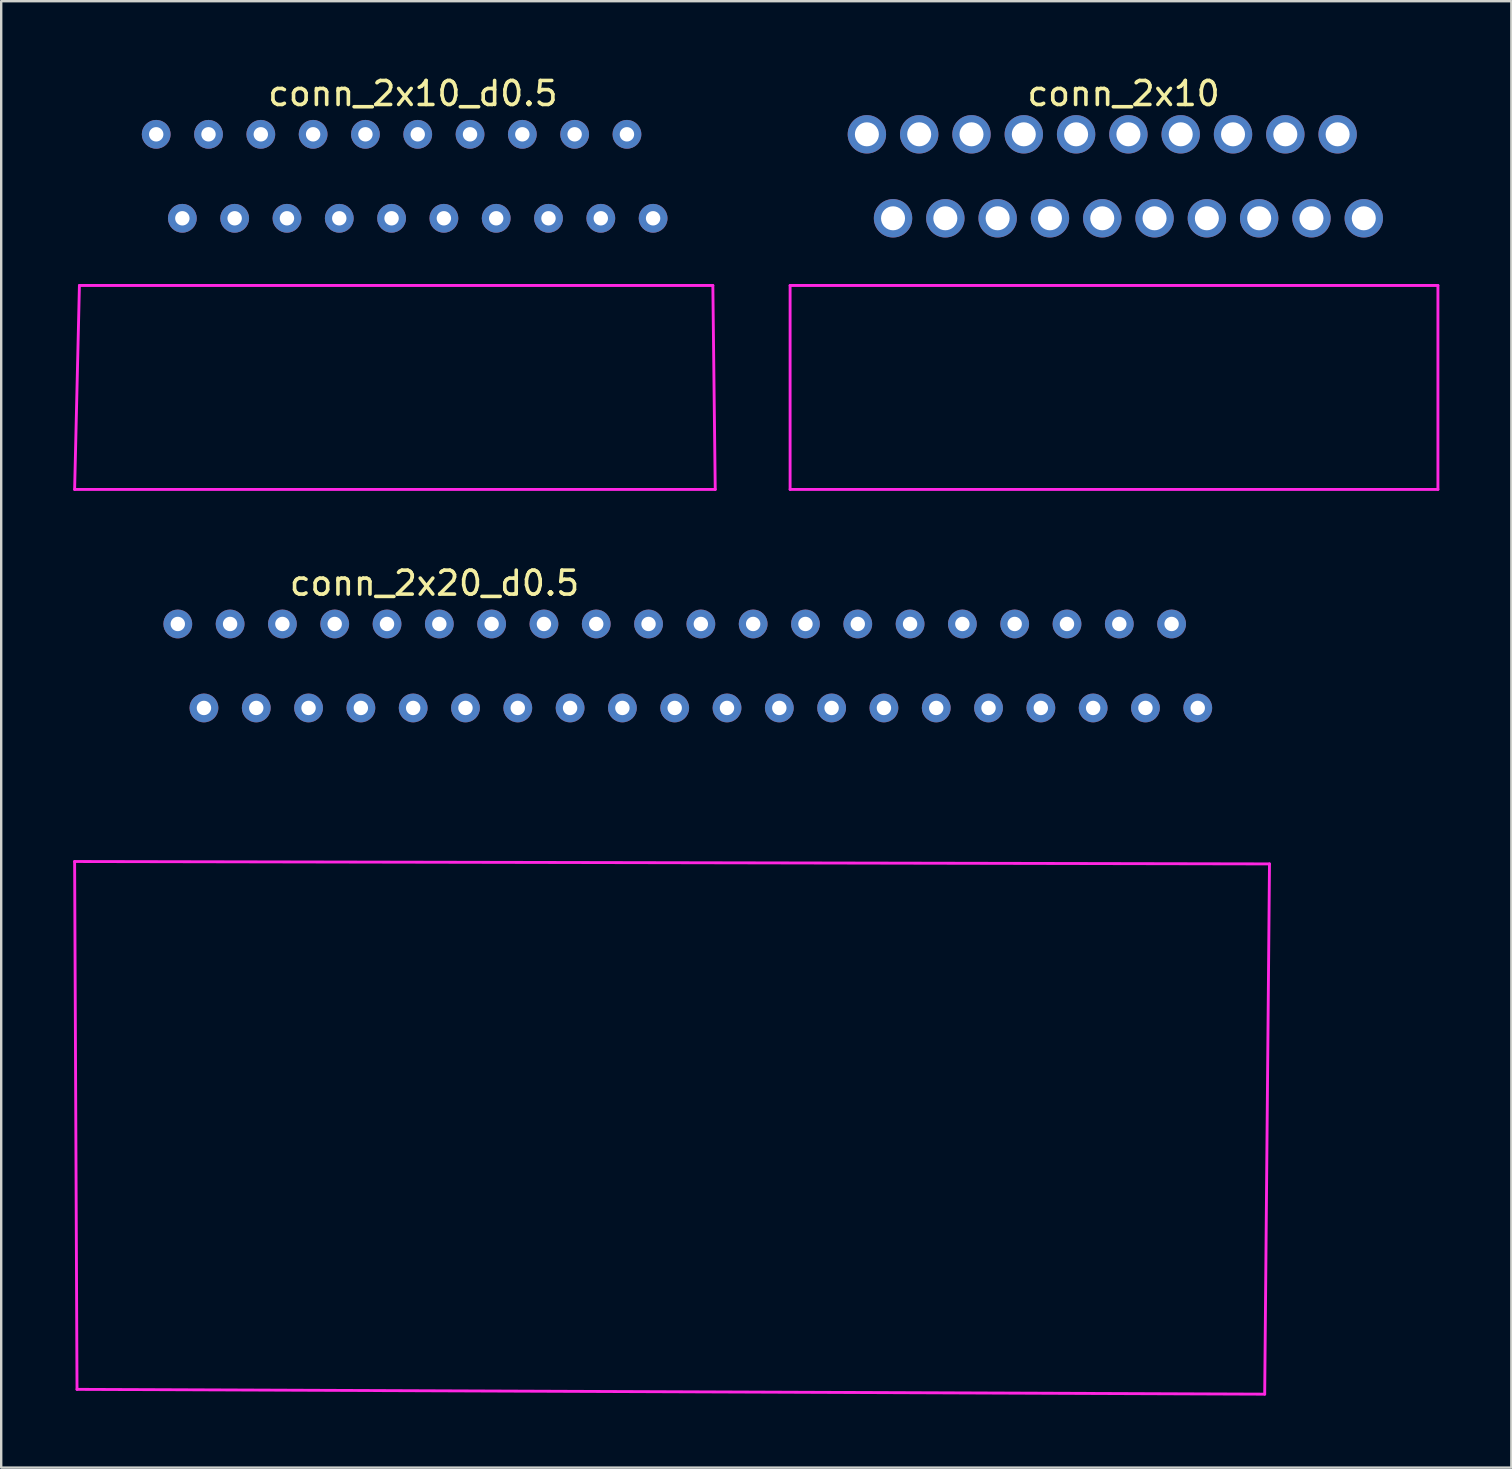
<source format=kicad_pcb>
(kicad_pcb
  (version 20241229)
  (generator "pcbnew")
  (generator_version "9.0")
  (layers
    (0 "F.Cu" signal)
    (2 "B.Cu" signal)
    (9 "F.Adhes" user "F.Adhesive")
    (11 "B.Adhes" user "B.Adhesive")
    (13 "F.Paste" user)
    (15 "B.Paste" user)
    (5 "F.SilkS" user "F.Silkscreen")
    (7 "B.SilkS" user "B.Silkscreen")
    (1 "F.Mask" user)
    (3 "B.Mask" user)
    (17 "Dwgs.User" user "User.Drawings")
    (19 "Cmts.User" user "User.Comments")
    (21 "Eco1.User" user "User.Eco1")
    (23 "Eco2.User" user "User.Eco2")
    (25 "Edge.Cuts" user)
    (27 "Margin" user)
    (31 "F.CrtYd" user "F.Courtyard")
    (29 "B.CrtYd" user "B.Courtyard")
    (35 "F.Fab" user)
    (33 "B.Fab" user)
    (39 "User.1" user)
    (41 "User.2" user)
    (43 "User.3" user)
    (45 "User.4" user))
  (footprint "conn_2x20_d0.5"
    (layer "F.Cu")
    (at 4.36 22.956)
    (property "Reference" "conn_2x20_d0.5" (at 10.7 -1.7 0) (layer "F.SilkS") (effects (font (size 1 1) (thickness 0.15))))
    (attr through_hole)
    (fp_line (start -4.3 9.9) (end 45.5 10) (stroke (width 0.12) (type solid)) (layer "F.CrtYd"))
    (fp_line (start -4.2 31.9) (end -4.3 9.9) (stroke (width 0.12) (type solid)) (layer "F.CrtYd"))
    (fp_line (start 45.3 32.1) (end -4.2 31.9) (stroke (width 0.12) (type solid)) (layer "F.CrtYd"))
    (fp_line (start 45.5 10) (end 45.3 32.1) (stroke (width 0.12) (type solid)) (layer "F.CrtYd"))
    (pad "1" thru_hole circle (at 41.42 0) (size 1.2 1.2) (drill 0.6) (layers "*.Cu" "*.Mask"))
    (pad "2" thru_hole circle (at 39.24 0) (size 1.2 1.2) (drill 0.6) (layers "*.Cu" "*.Mask"))
    (pad "3" thru_hole circle (at 37.06 0) (size 1.2 1.2) (drill 0.6) (layers "*.Cu" "*.Mask"))
    (pad "4" thru_hole circle (at 34.88 0) (size 1.2 1.2) (drill 0.6) (layers "*.Cu" "*.Mask"))
    (pad "5" thru_hole circle (at 32.7 0) (size 1.2 1.2) (drill 0.6) (layers "*.Cu" "*.Mask"))
    (pad "6" thru_hole circle (at 30.52 0) (size 1.2 1.2) (drill 0.6) (layers "*.Cu" "*.Mask"))
    (pad "7" thru_hole circle (at 28.34 0) (size 1.2 1.2) (drill 0.6) (layers "*.Cu" "*.Mask"))
    (pad "8" thru_hole circle (at 26.16 0) (size 1.2 1.2) (drill 0.6) (layers "*.Cu" "*.Mask"))
    (pad "9" thru_hole circle (at 23.98 0) (size 1.2 1.2) (drill 0.6) (layers "*.Cu" "*.Mask"))
    (pad "10" thru_hole circle (at 21.8 0) (size 1.2 1.2) (drill 0.6) (layers "*.Cu" "*.Mask"))
    (pad "11" thru_hole circle (at 19.62 0) (size 1.2 1.2) (drill 0.6) (layers "*.Cu" "*.Mask"))
    (pad "12" thru_hole circle (at 17.44 0) (size 1.2 1.2) (drill 0.6) (layers "*.Cu" "*.Mask"))
    (pad "13" thru_hole circle (at 15.26 0) (size 1.2 1.2) (drill 0.6) (layers "*.Cu" "*.Mask"))
    (pad "14" thru_hole circle (at 13.08 0) (size 1.2 1.2) (drill 0.6) (layers "*.Cu" "*.Mask"))
    (pad "15" thru_hole circle (at 10.9 0) (size 1.2 1.2) (drill 0.6) (layers "*.Cu" "*.Mask"))
    (pad "16" thru_hole circle (at 8.72 0) (size 1.2 1.2) (drill 0.6) (layers "*.Cu" "*.Mask"))
    (pad "17" thru_hole circle (at 6.54 0) (size 1.2 1.2) (drill 0.6) (layers "*.Cu" "*.Mask"))
    (pad "18" thru_hole circle (at 4.36 0) (size 1.2 1.2) (drill 0.6) (layers "*.Cu" "*.Mask"))
    (pad "19" thru_hole circle (at 2.18 0) (size 1.2 1.2) (drill 0.6) (layers "*.Cu" "*.Mask"))
    (pad "20" thru_hole circle (at 0 0) (size 1.2 1.2) (drill 0.6) (layers "*.Cu" "*.Mask"))
    (pad "21" thru_hole circle (at 42.51 3.5) (size 1.2 1.2) (drill 0.6) (layers "*.Cu" "*.Mask"))
    (pad "22" thru_hole circle (at 40.33 3.5) (size 1.2 1.2) (drill 0.6) (layers "*.Cu" "*.Mask"))
    (pad "23" thru_hole circle (at 38.15 3.5) (size 1.2 1.2) (drill 0.6) (layers "*.Cu" "*.Mask"))
    (pad "24" thru_hole circle (at 35.97 3.5) (size 1.2 1.2) (drill 0.6) (layers "*.Cu" "*.Mask"))
    (pad "25" thru_hole circle (at 33.79 3.5) (size 1.2 1.2) (drill 0.6) (layers "*.Cu" "*.Mask"))
    (pad "26" thru_hole circle (at 31.61 3.5) (size 1.2 1.2) (drill 0.6) (layers "*.Cu" "*.Mask"))
    (pad "27" thru_hole circle (at 29.43 3.5) (size 1.2 1.2) (drill 0.6) (layers "*.Cu" "*.Mask"))
    (pad "28" thru_hole circle (at 27.25 3.5) (size 1.2 1.2) (drill 0.6) (layers "*.Cu" "*.Mask"))
    (pad "29" thru_hole circle (at 25.07 3.5) (size 1.2 1.2) (drill 0.6) (layers "*.Cu" "*.Mask"))
    (pad "30" thru_hole circle (at 22.89 3.5) (size 1.2 1.2) (drill 0.6) (layers "*.Cu" "*.Mask"))
    (pad "31" thru_hole circle (at 20.71 3.5) (size 1.2 1.2) (drill 0.6) (layers "*.Cu" "*.Mask"))
    (pad "32" thru_hole circle (at 18.53 3.5) (size 1.2 1.2) (drill 0.6) (layers "*.Cu" "*.Mask"))
    (pad "33" thru_hole circle (at 16.35 3.5) (size 1.2 1.2) (drill 0.6) (layers "*.Cu" "*.Mask"))
    (pad "34" thru_hole circle (at 14.17 3.5) (size 1.2 1.2) (drill 0.6) (layers "*.Cu" "*.Mask"))
    (pad "35" thru_hole circle (at 11.99 3.5) (size 1.2 1.2) (drill 0.6) (layers "*.Cu" "*.Mask"))
    (pad "36" thru_hole circle (at 9.81 3.5) (size 1.2 1.2) (drill 0.6) (layers "*.Cu" "*.Mask"))
    (pad "37" thru_hole circle (at 7.63 3.5) (size 1.2 1.2) (drill 0.6) (layers "*.Cu" "*.Mask"))
    (pad "38" thru_hole circle (at 5.45 3.5) (size 1.2 1.2) (drill 0.6) (layers "*.Cu" "*.Mask"))
    (pad "39" thru_hole circle (at 3.27 3.5) (size 1.2 1.2) (drill 0.6) (layers "*.Cu" "*.Mask"))
    (pad "40" thru_hole circle (at 1.09 3.5) (size 1.2 1.2) (drill 0.6) (layers "*.Cu" "*.Mask")))
  (footprint "conn_2x10"
    (layer "F.Cu")
    (at 33.08 2.548)
    (property "Reference" "conn_2x10" (at 10.7 -1.7 0) (layer "F.SilkS") (effects (font (size 1 1) (thickness 0.15))))
    (attr through_hole)
    (fp_line (start -3.2 6.3) (end 23.8 6.3) (stroke (width 0.12) (type solid)) (layer "F.CrtYd"))
    (fp_line (start -3.2 14.8) (end -3.2 6.3) (stroke (width 0.12) (type solid)) (layer "F.CrtYd"))
    (fp_line (start 23.8 6.3) (end 23.8 14.8) (stroke (width 0.12) (type solid)) (layer "F.CrtYd"))
    (fp_line (start 23.8 14.8) (end -3.2 14.8) (stroke (width 0.12) (type solid)) (layer "F.CrtYd"))
    (pad "1" thru_hole circle (at 19.62 0) (size 1.6 1.6) (drill 1) (layers "*.Cu" "*.Mask"))
    (pad "2" thru_hole circle (at 17.44 0) (size 1.6 1.6) (drill 1) (layers "*.Cu" "*.Mask"))
    (pad "3" thru_hole circle (at 15.26 0) (size 1.6 1.6) (drill 1) (layers "*.Cu" "*.Mask"))
    (pad "4" thru_hole circle (at 13.08 0) (size 1.6 1.6) (drill 1) (layers "*.Cu" "*.Mask"))
    (pad "5" thru_hole circle (at 10.9 0) (size 1.6 1.6) (drill 1) (layers "*.Cu" "*.Mask"))
    (pad "6" thru_hole circle (at 8.72 0) (size 1.6 1.6) (drill 1) (layers "*.Cu" "*.Mask"))
    (pad "7" thru_hole circle (at 6.54 0) (size 1.6 1.6) (drill 1) (layers "*.Cu" "*.Mask"))
    (pad "8" thru_hole circle (at 4.36 0) (size 1.6 1.6) (drill 1) (layers "*.Cu" "*.Mask"))
    (pad "9" thru_hole circle (at 2.18 0) (size 1.6 1.6) (drill 1) (layers "*.Cu" "*.Mask"))
    (pad "10" thru_hole circle (at 0 0) (size 1.6 1.6) (drill 1) (layers "*.Cu" "*.Mask"))
    (pad "11" thru_hole circle (at 20.71 3.5) (size 1.6 1.6) (drill 1) (layers "*.Cu" "*.Mask"))
    (pad "12" thru_hole circle (at 18.53 3.5) (size 1.6 1.6) (drill 1) (layers "*.Cu" "*.Mask"))
    (pad "13" thru_hole circle (at 16.35 3.5) (size 1.6 1.6) (drill 1) (layers "*.Cu" "*.Mask"))
    (pad "14" thru_hole circle (at 14.17 3.5) (size 1.6 1.6) (drill 1) (layers "*.Cu" "*.Mask"))
    (pad "15" thru_hole circle (at 11.99 3.5) (size 1.6 1.6) (drill 1) (layers "*.Cu" "*.Mask"))
    (pad "16" thru_hole circle (at 9.81 3.5) (size 1.6 1.6) (drill 1) (layers "*.Cu" "*.Mask"))
    (pad "17" thru_hole circle (at 7.63 3.5) (size 1.6 1.6) (drill 1) (layers "*.Cu" "*.Mask"))
    (pad "18" thru_hole circle (at 5.45 3.5) (size 1.6 1.6) (drill 1) (layers "*.Cu" "*.Mask"))
    (pad "19" thru_hole circle (at 3.27 3.5) (size 1.6 1.6) (drill 1) (layers "*.Cu" "*.Mask"))
    (pad "20" thru_hole circle (at 1.09 3.5) (size 1.6 1.6) (drill 1) (layers "*.Cu" "*.Mask")))
  (footprint "conn_2x10_d0.5"
    (layer "F.Cu")
    (at 3.46 2.548)
    (property "Reference" "conn_2x10_d0.5" (at 10.7 -1.7 0) (layer "F.SilkS") (effects (font (size 1 1) (thickness 0.15))))
    (attr through_hole)
    (fp_line (start -3.4 14.8) (end -3.2 6.3) (stroke (width 0.12) (type solid)) (layer "F.CrtYd"))
    (fp_line (start -3.2 6.3) (end 23.2 6.3) (stroke (width 0.12) (type solid)) (layer "F.CrtYd"))
    (fp_line (start 23.2 6.3) (end 23.3 14.8) (stroke (width 0.12) (type solid)) (layer "F.CrtYd"))
    (fp_line (start 23.3 14.8) (end -3.4 14.8) (stroke (width 0.12) (type solid)) (layer "F.CrtYd"))
    (pad "1" thru_hole circle (at 19.62 0) (size 1.2 1.2) (drill 0.6) (layers "*.Cu" "*.Mask"))
    (pad "2" thru_hole circle (at 17.44 0) (size 1.2 1.2) (drill 0.6) (layers "*.Cu" "*.Mask"))
    (pad "3" thru_hole circle (at 15.26 0) (size 1.2 1.2) (drill 0.6) (layers "*.Cu" "*.Mask"))
    (pad "4" thru_hole circle (at 13.08 0) (size 1.2 1.2) (drill 0.6) (layers "*.Cu" "*.Mask"))
    (pad "5" thru_hole circle (at 10.9 0) (size 1.2 1.2) (drill 0.6) (layers "*.Cu" "*.Mask"))
    (pad "6" thru_hole circle (at 8.72 0) (size 1.2 1.2) (drill 0.6) (layers "*.Cu" "*.Mask"))
    (pad "7" thru_hole circle (at 6.54 0) (size 1.2 1.2) (drill 0.6) (layers "*.Cu" "*.Mask"))
    (pad "8" thru_hole circle (at 4.36 0) (size 1.2 1.2) (drill 0.6) (layers "*.Cu" "*.Mask"))
    (pad "9" thru_hole circle (at 2.18 0) (size 1.2 1.2) (drill 0.6) (layers "*.Cu" "*.Mask"))
    (pad "10" thru_hole circle (at 0 0) (size 1.2 1.2) (drill 0.6) (layers "*.Cu" "*.Mask"))
    (pad "11" thru_hole circle (at 20.71 3.5) (size 1.2 1.2) (drill 0.6) (layers "*.Cu" "*.Mask"))
    (pad "12" thru_hole circle (at 18.53 3.5) (size 1.2 1.2) (drill 0.6) (layers "*.Cu" "*.Mask"))
    (pad "13" thru_hole circle (at 16.35 3.5) (size 1.2 1.2) (drill 0.6) (layers "*.Cu" "*.Mask"))
    (pad "14" thru_hole circle (at 14.17 3.5) (size 1.2 1.2) (drill 0.6) (layers "*.Cu" "*.Mask"))
    (pad "15" thru_hole circle (at 11.99 3.5) (size 1.2 1.2) (drill 0.6) (layers "*.Cu" "*.Mask"))
    (pad "16" thru_hole circle (at 9.81 3.5) (size 1.2 1.2) (drill 0.6) (layers "*.Cu" "*.Mask"))
    (pad "17" thru_hole circle (at 7.63 3.5) (size 1.2 1.2) (drill 0.6) (layers "*.Cu" "*.Mask"))
    (pad "18" thru_hole circle (at 5.45 3.5) (size 1.2 1.2) (drill 0.6) (layers "*.Cu" "*.Mask"))
    (pad "19" thru_hole circle (at 3.27 3.5) (size 1.2 1.2) (drill 0.6) (layers "*.Cu" "*.Mask"))
    (pad "20" thru_hole circle (at 1.09 3.5) (size 1.2 1.2) (drill 0.6) (layers "*.Cu" "*.Mask")))
  (gr_rect
    (start -3 -3)
    (end 59.94 58.117)
    (stroke (width 0.1) (type default))
    (fill no)
    (layer "Edge.Cuts")))
</source>
